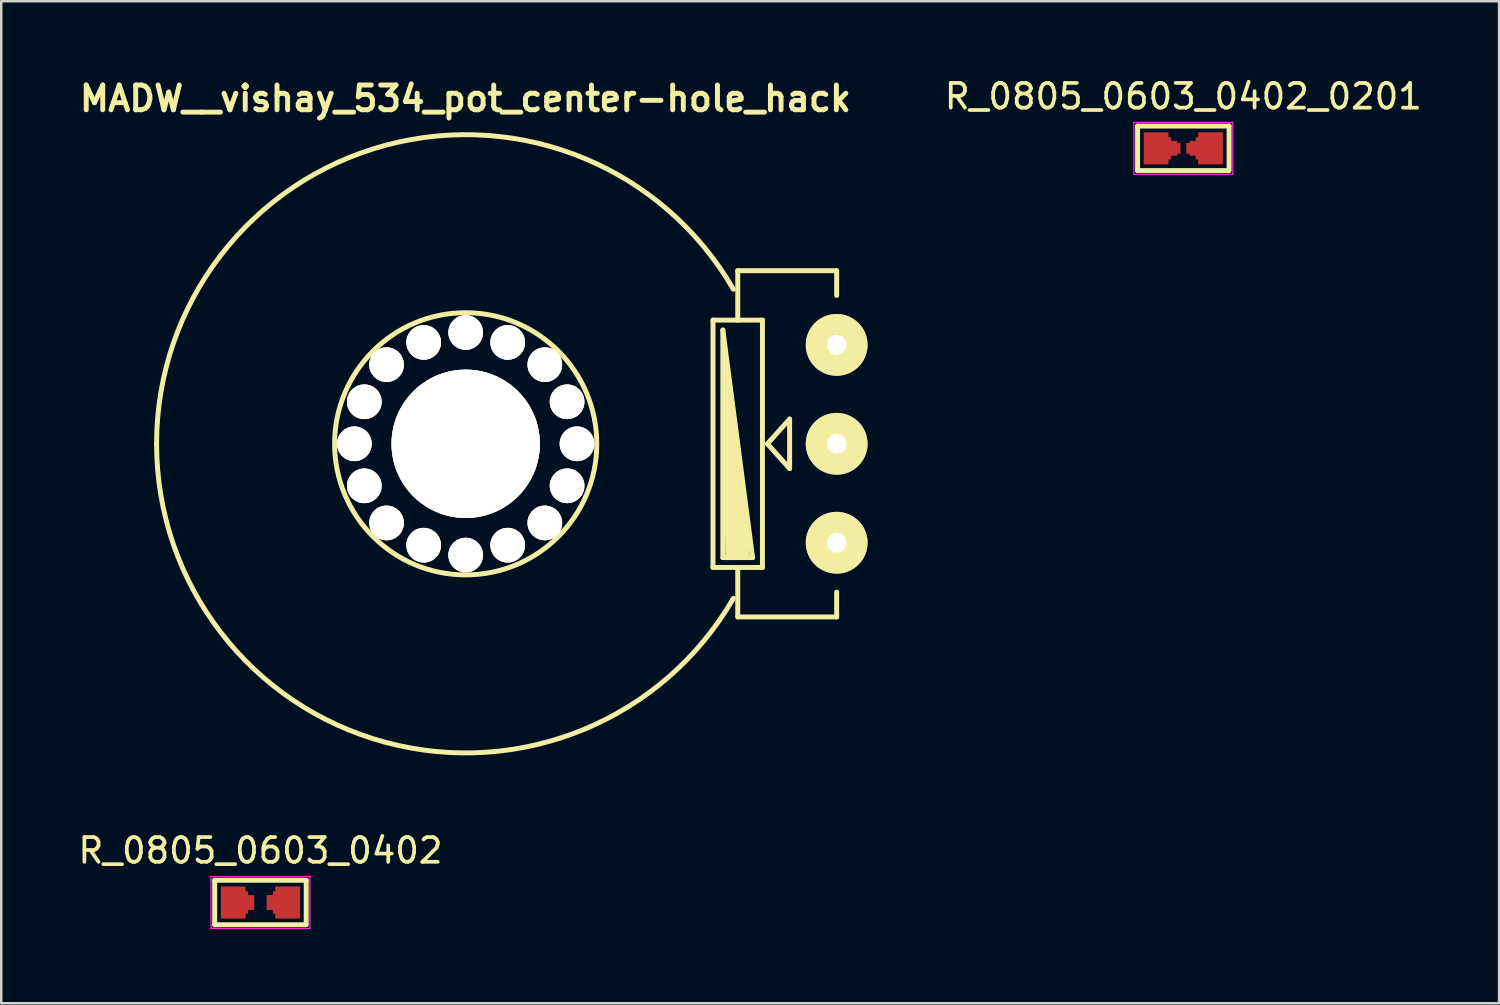
<source format=kicad_pcb>
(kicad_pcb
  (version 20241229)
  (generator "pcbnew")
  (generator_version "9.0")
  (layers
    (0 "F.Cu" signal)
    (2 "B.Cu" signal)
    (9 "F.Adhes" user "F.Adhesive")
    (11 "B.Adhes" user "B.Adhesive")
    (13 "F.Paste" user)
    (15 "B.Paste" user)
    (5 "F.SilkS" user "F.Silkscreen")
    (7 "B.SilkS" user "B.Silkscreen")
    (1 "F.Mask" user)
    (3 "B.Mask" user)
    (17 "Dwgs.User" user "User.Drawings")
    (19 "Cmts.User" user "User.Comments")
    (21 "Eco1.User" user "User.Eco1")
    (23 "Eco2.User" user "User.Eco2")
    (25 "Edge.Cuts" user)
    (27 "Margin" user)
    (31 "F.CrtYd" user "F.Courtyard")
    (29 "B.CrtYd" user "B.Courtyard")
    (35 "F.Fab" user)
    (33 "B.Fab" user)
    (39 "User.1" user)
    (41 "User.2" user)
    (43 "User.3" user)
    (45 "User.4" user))
  (footprint "R_0805_0603_0402"
    (layer "F.Cu")
    (at 7.482 33.444)
    (property "Reference" "R_0805_0603_0402" (at 0 -2.1 0) (layer "F.SilkS") (effects (font (size 1 1) (thickness 0.15))))
    (attr smd)
    (fp_line (start -1.85 -0.9) (end 1.85 -0.9) (stroke (width 0.2) (type solid)) (layer "F.SilkS"))
    (fp_line (start -1.85 0.9) (end -1.85 -0.9) (stroke (width 0.2) (type solid)) (layer "F.SilkS"))
    (fp_line (start 1.8 0.9) (end -1.85 0.9) (stroke (width 0.2) (type solid)) (layer "F.SilkS"))
    (fp_line (start 1.85 -0.9) (end 1.85 0.9) (stroke (width 0.2) (type solid)) (layer "F.SilkS"))
    (fp_line (start -2 -1.05) (end -2 1.05) (stroke (width 0.05) (type solid)) (layer "F.CrtYd"))
    (fp_line (start -2 -1.05) (end 2 -1.05) (stroke (width 0.05) (type solid)) (layer "F.CrtYd"))
    (fp_line (start -2 1.05) (end 2 1.05) (stroke (width 0.05) (type solid)) (layer "F.CrtYd"))
    (fp_line (start 2 -1.05) (end 2 1.05) (stroke (width 0.05) (type solid)) (layer "F.CrtYd"))
    (pad "1" smd rect (at -1.1 0) (size 1 1.3) (layers "F.Cu" "F.Mask" "F.Paste"))
    (pad "1" smd rect (at -0.9 0) (size 0.8 0.9) (layers "F.Cu" "F.Mask" "F.Paste"))
    (pad "1" smd rect (at -0.65 0) (size 0.8 0.6) (layers "F.Cu" "F.Mask" "F.Paste"))
    (pad "2" smd rect (at 0.65 0) (size 0.8 0.6) (layers "F.Cu" "F.Mask" "F.Paste"))
    (pad "2" smd rect (at 0.9 0) (size 0.8 0.9) (layers "F.Cu" "F.Mask" "F.Paste"))
    (pad "2" smd rect (at 1.1 0) (size 1 1.3) (layers "F.Cu" "F.Mask" "F.Paste")))
  (footprint "R_0805_0603_0402_0201"
    (layer "F.Cu")
    (at 44.8 2.948)
    (property "Reference" "R_0805_0603_0402_0201" (at 0 -2.1 0) (layer "F.SilkS") (effects (font (size 1 1) (thickness 0.15))))
    (attr smd)
    (fp_line (start -1.85 -0.9) (end 1.85 -0.9) (stroke (width 0.2) (type solid)) (layer "F.SilkS"))
    (fp_line (start -1.85 0.9) (end -1.85 -0.9) (stroke (width 0.2) (type solid)) (layer "F.SilkS"))
    (fp_line (start 1.8 0.9) (end -1.85 0.9) (stroke (width 0.2) (type solid)) (layer "F.SilkS"))
    (fp_line (start 1.85 -0.9) (end 1.85 0.9) (stroke (width 0.2) (type solid)) (layer "F.SilkS"))
    (fp_line (start -2 -1.05) (end -2 1.05) (stroke (width 0.05) (type solid)) (layer "F.CrtYd"))
    (fp_line (start -2 -1.05) (end 2 -1.05) (stroke (width 0.05) (type solid)) (layer "F.CrtYd"))
    (fp_line (start -2 1.05) (end 2 1.05) (stroke (width 0.05) (type solid)) (layer "F.CrtYd"))
    (fp_line (start 2 -1.05) (end 2 1.05) (stroke (width 0.05) (type solid)) (layer "F.CrtYd"))
    (pad "1" smd rect (at -1.1 0) (size 1 1.3) (layers "F.Cu" "F.Mask" "F.Paste"))
    (pad "1" smd rect (at -0.9 0) (size 0.8 0.9) (layers "F.Cu" "F.Mask" "F.Paste"))
    (pad "1" smd rect (at -0.65 0) (size 0.8 0.6) (layers "F.Cu" "F.Mask" "F.Paste"))
    (pad "1" smd rect (at -0.255 0) (size 0.28 0.43) (layers "F.Cu" "F.Mask" "F.Paste"))
    (pad "2" smd rect (at 0.255 0) (size 0.28 0.43) (layers "F.Cu" "F.Mask" "F.Paste"))
    (pad "2" smd rect (at 0.65 0) (size 0.8 0.6) (layers "F.Cu" "F.Mask" "F.Paste"))
    (pad "2" smd rect (at 0.9 0) (size 0.8 0.9) (layers "F.Cu" "F.Mask" "F.Paste"))
    (pad "2" smd rect (at 1.1 0) (size 1 1.3) (layers "F.Cu" "F.Mask" "F.Paste")))
  (footprint "MADW__vishay_534_pot_center-hole_hack"
    (layer "F.Cu")
    (at 15.781 14.896)
    (property "Reference" "MADW__vishay_534_pot_center-hole_hack" (at -0.01 -13.96 0) (layer "F.SilkS") (effects (font (size 1 1) (thickness 0.2))))
    (attr through_hole)
    (fp_line (start 10 5.001) (end 10 -5.001) (stroke (width 0.2) (type solid)) (layer "F.SilkS"))
    (fp_line (start 10.003 -5.001) (end 12.002 -5.001) (stroke (width 0.2) (type solid)) (layer "F.SilkS"))
    (fp_line (start 10.399 -4.6) (end 10.399 4.6) (stroke (width 0.2) (type solid)) (layer "F.SilkS"))
    (fp_line (start 10.399 4.6) (end 11.6 4.6) (stroke (width 0.2) (type solid)) (layer "F.SilkS"))
    (fp_line (start 10.599 4.501) (end 10.5 -3.099) (stroke (width 0.2) (type solid)) (layer "F.SilkS"))
    (fp_line (start 10.701 4.6) (end 10.599 -2.101) (stroke (width 0.2) (type solid)) (layer "F.SilkS"))
    (fp_line (start 10.8 4.6) (end 10.701 -1.501) (stroke (width 0.2) (type solid)) (layer "F.SilkS"))
    (fp_line (start 10.899 4.6) (end 10.8 -0.599) (stroke (width 0.2) (type solid)) (layer "F.SilkS"))
    (fp_line (start 11.001 -7) (end 15.001 -7) (stroke (width 0.2) (type solid)) (layer "F.SilkS"))
    (fp_line (start 11.001 -5.001) (end 11.001 -7) (stroke (width 0.2) (type solid)) (layer "F.SilkS"))
    (fp_line (start 11.001 4.6) (end 10.899 -0.099) (stroke (width 0.2) (type solid)) (layer "F.SilkS"))
    (fp_line (start 11.001 5.001) (end 11.001 7) (stroke (width 0.2) (type solid)) (layer "F.SilkS"))
    (fp_line (start 11.001 7) (end 15.001 7) (stroke (width 0.2) (type solid)) (layer "F.SilkS"))
    (fp_line (start 11.1 4.6) (end 11.001 0.899) (stroke (width 0.2) (type solid)) (layer "F.SilkS"))
    (fp_line (start 11.199 4.6) (end 11.1 1.699) (stroke (width 0.2) (type solid)) (layer "F.SilkS"))
    (fp_line (start 11.3 4.6) (end 11.199 2.499) (stroke (width 0.2) (type solid)) (layer "F.SilkS"))
    (fp_line (start 11.4 4.6) (end 11.3 3.401) (stroke (width 0.2) (type solid)) (layer "F.SilkS"))
    (fp_line (start 11.6 4.6) (end 10.399 -4.6) (stroke (width 0.2) (type solid)) (layer "F.SilkS"))
    (fp_line (start 11.999 -5.001) (end 11.999 5.001) (stroke (width 0.2) (type solid)) (layer "F.SilkS"))
    (fp_line (start 11.999 5.001) (end 10 5.001) (stroke (width 0.2) (type solid)) (layer "F.SilkS"))
    (fp_line (start 12.2 0) (end 13.099 -1.001) (stroke (width 0.2) (type solid)) (layer "F.SilkS"))
    (fp_line (start 13.099 -1.001) (end 13.099 1.001) (stroke (width 0.2) (type solid)) (layer "F.SilkS"))
    (fp_line (start 13.099 1.001) (end 12.2 0) (stroke (width 0.2) (type solid)) (layer "F.SilkS"))
    (fp_line (start 15.001 -7) (end 15.001 -5.999) (stroke (width 0.2) (type solid)) (layer "F.SilkS"))
    (fp_line (start 15.001 7) (end 15.001 5.999) (stroke (width 0.2) (type solid)) (layer "F.SilkS"))
    (fp_arc (start -12.49934 0) (mid -3.235067 -12.073435) (end 10.824746 -6.24967) (stroke (width 0.2) (type solid)) (layer "F.SilkS"))
    (fp_arc (start 10.824746 6.24967) (mid -3.235067 12.073435) (end -12.49934 0) (stroke (width 0.2) (type solid)) (layer "F.SilkS"))
    (fp_circle (center 0 0) (end 5.301 0) (stroke (width 0.2) (type solid)) (fill no) (layer "F.SilkS"))
    (pad "1" thru_hole circle (at 15.001 -4) (size 2.499 2.499) (drill 0.8) (layers "*.Cu" "*.Mask" "F.SilkS"))
    (pad "2" thru_hole circle (at 15.001 0) (size 2.499 2.499) (drill 0.8) (layers "*.Cu" "*.Mask" "F.SilkS"))
    (pad "3" thru_hole circle (at 15.001 4) (size 2.499 2.499) (drill 0.8) (layers "*.Cu" "*.Mask" "F.SilkS"))
    (pad "4" thru_hole circle (at -4.501 0) (size 1.4 1.4) (drill 1.4) (layers "*.Cu" "*.Mask" "F.SilkS"))
    (pad "4" thru_hole circle (at -4.1 -1.699) (size 1.4 1.4) (drill 1.4) (layers "*.Cu" "*.Mask" "F.SilkS"))
    (pad "4" thru_hole circle (at -4.1 1.699) (size 1.4 1.4) (drill 1.4) (layers "*.Cu" "*.Mask" "F.SilkS"))
    (pad "4" thru_hole circle (at -3.2 -3.2) (size 1.4 1.4) (drill 1.4) (layers "*.Cu" "*.Mask" "F.SilkS"))
    (pad "4" thru_hole circle (at -3.2 3.2) (size 1.4 1.4) (drill 1.4) (layers "*.Cu" "*.Mask" "F.SilkS"))
    (pad "4" thru_hole circle (at -1.699 -4.1) (size 1.4 1.4) (drill 1.4) (layers "*.Cu" "*.Mask" "F.SilkS"))
    (pad "4" thru_hole circle (at -1.699 4.1) (size 1.4 1.4) (drill 1.4) (layers "*.Cu" "*.Mask" "F.SilkS"))
    (pad "4" thru_hole circle (at 0 -4.501) (size 1.4 1.4) (drill 1.4) (layers "*.Cu" "*.Mask" "F.SilkS"))
    (pad "4" thru_hole circle (at 0 0) (size 5.999 5.999) (drill 5.999) (layers "*.Cu" "*.Mask" "F.SilkS"))
    (pad "4" thru_hole circle (at 0 4.501) (size 1.4 1.4) (drill 1.4) (layers "*.Cu" "*.Mask" "F.SilkS"))
    (pad "4" thru_hole circle (at 1.699 -4.1) (size 1.4 1.4) (drill 1.4) (layers "*.Cu" "*.Mask" "F.SilkS"))
    (pad "4" thru_hole circle (at 1.699 4.1) (size 1.4 1.4) (drill 1.4) (layers "*.Cu" "*.Mask" "F.SilkS"))
    (pad "4" thru_hole circle (at 3.2 -3.2) (size 1.4 1.4) (drill 1.4) (layers "*.Cu" "*.Mask" "F.SilkS"))
    (pad "4" thru_hole circle (at 3.2 3.2) (size 1.4 1.4) (drill 1.4) (layers "*.Cu" "*.Mask" "F.SilkS"))
    (pad "4" thru_hole circle (at 4.1 -1.699) (size 1.4 1.4) (drill 1.4) (layers "*.Cu" "*.Mask" "F.SilkS"))
    (pad "4" thru_hole circle (at 4.1 1.699) (size 1.4 1.4) (drill 1.4) (layers "*.Cu" "*.Mask" "F.SilkS"))
    (pad "4" thru_hole circle (at 4.501 0) (size 1.4 1.4) (drill 1.4) (layers "*.Cu" "*.Mask" "F.SilkS")))
  (gr_rect
    (start -3 -3)
    (end 57.568 37.519)
    (stroke (width 0.1) (type default))
    (fill no)
    (layer "Edge.Cuts")))
</source>
